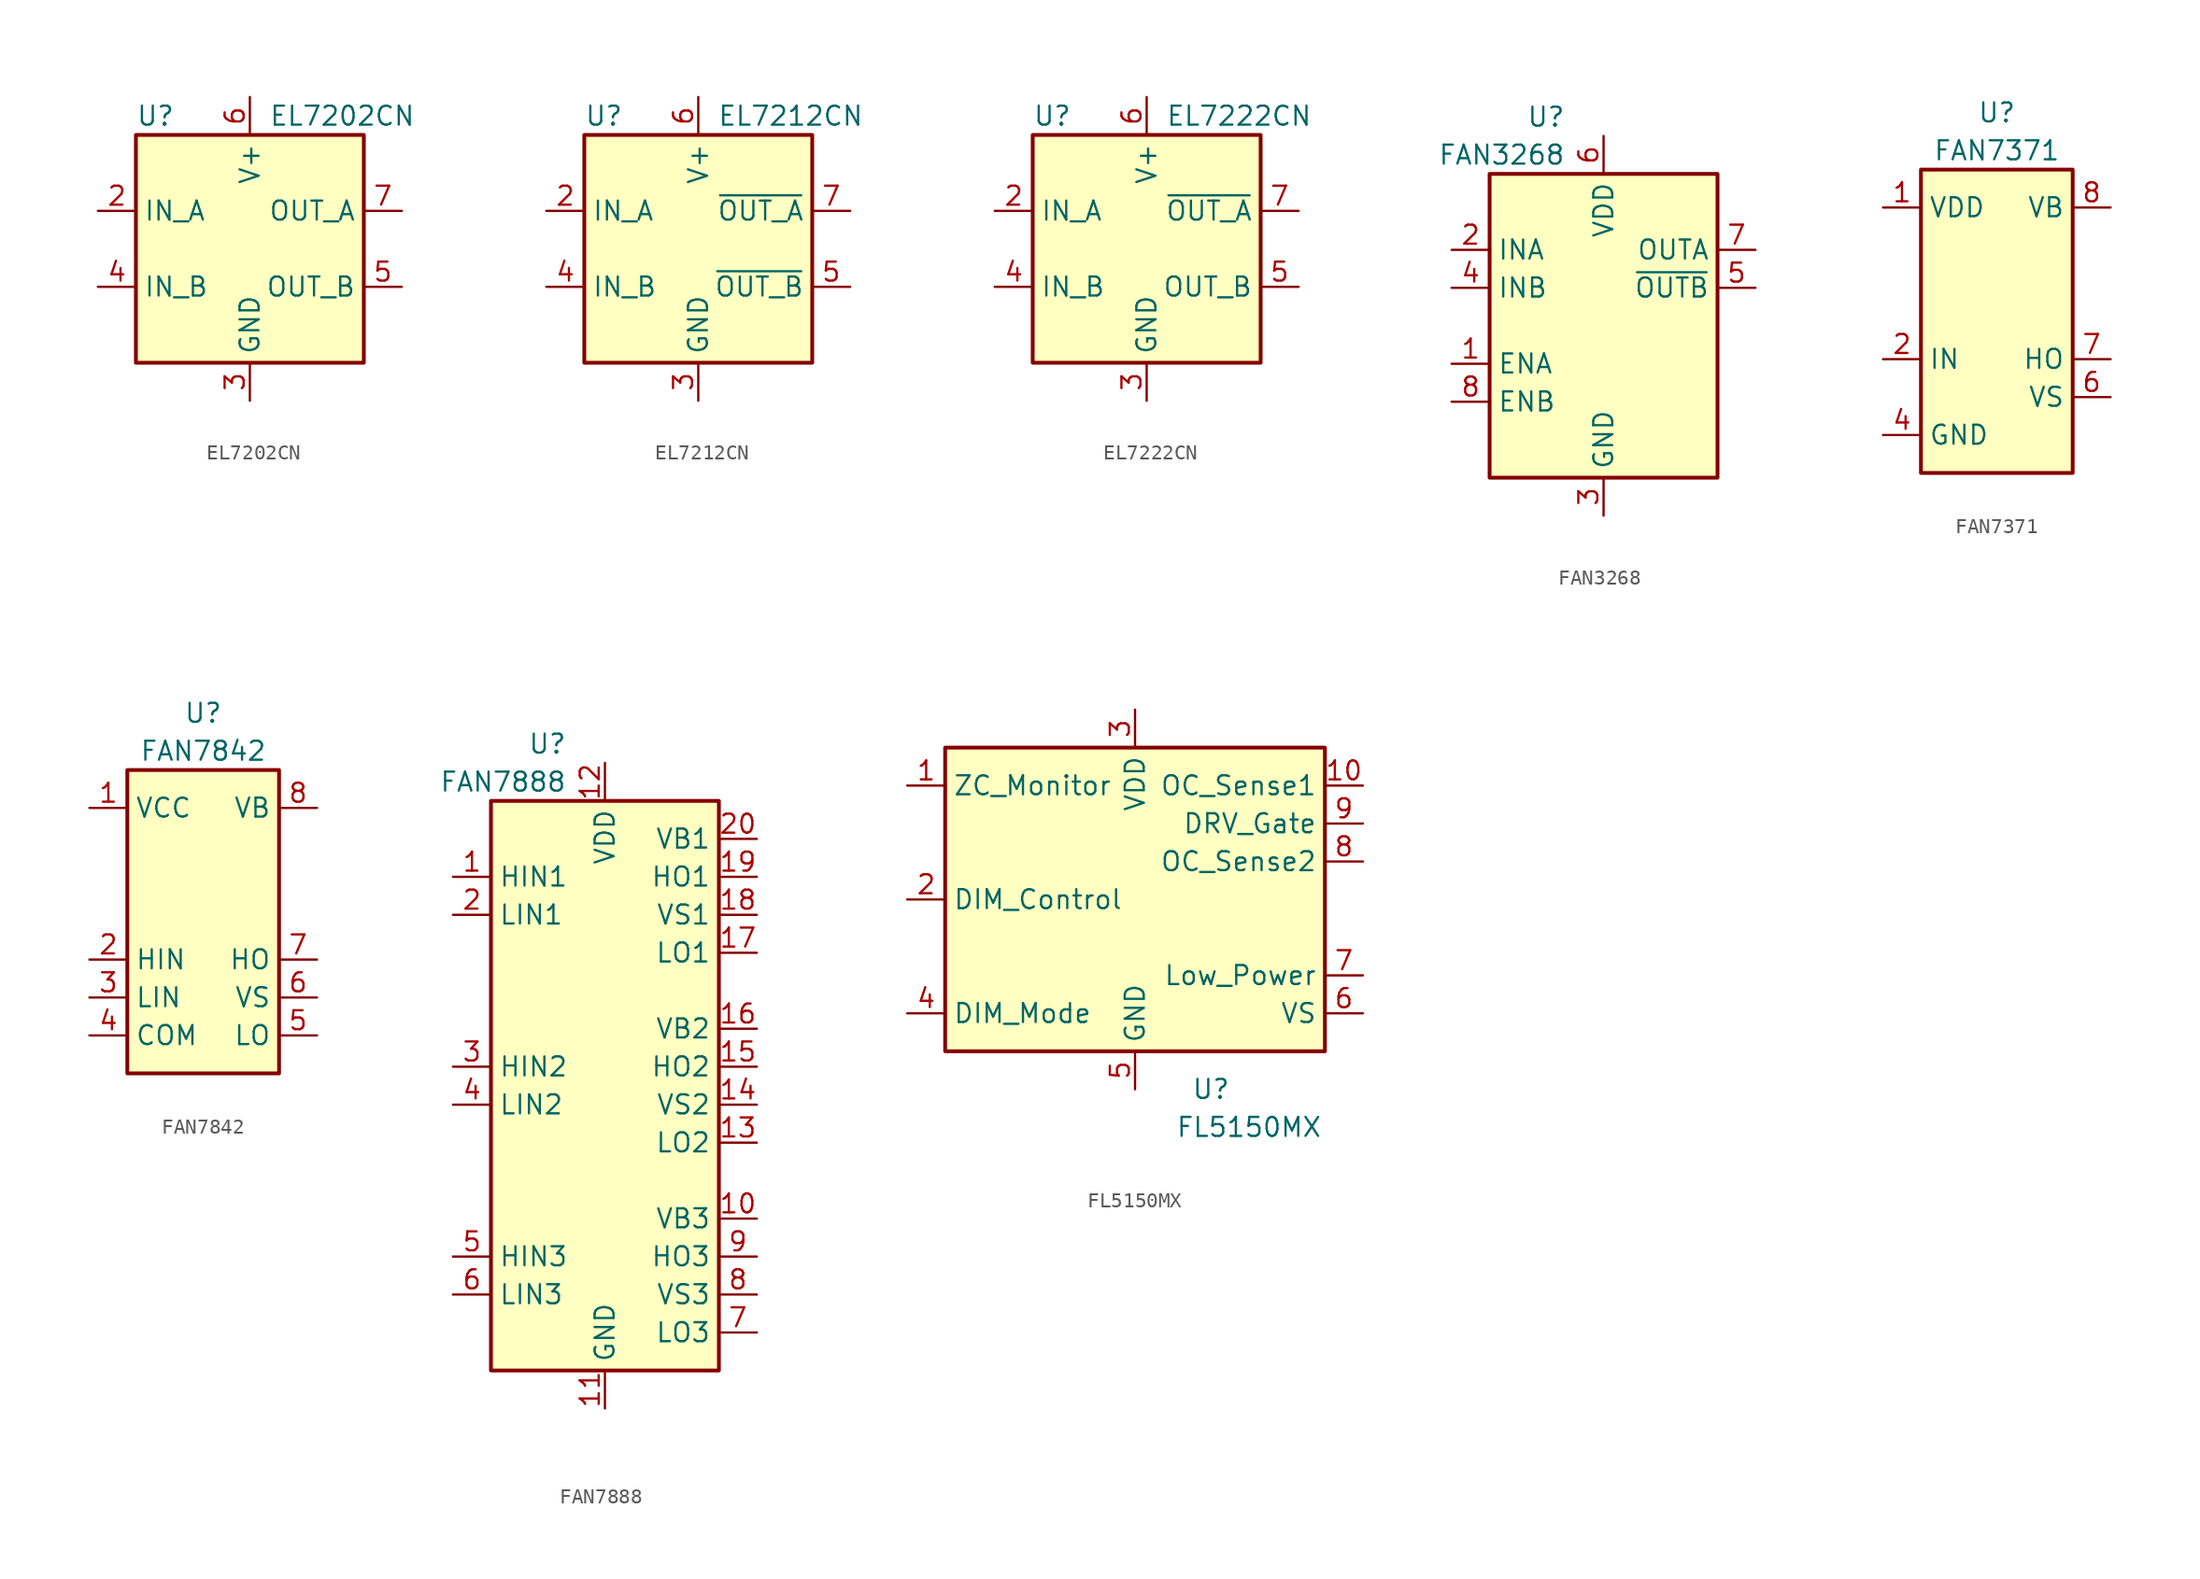
<source format=kicad_sym>
(kicad_symbol_lib
  (version 20241209)
  (generator "kicad_symbol_editor")
  (generator_version "9.0")
  (symbol "EL7202CN"
    (property "Reference" "U"
      (at -7.62 8.89 0)
      (effects (font (size 1.27 1.27)) (justify left)))
    (property "Value" "EL7202CN"
      (at 1.27 8.89 0)
      (effects (font (size 1.27 1.27)) (justify left)))
    (symbol "EL7202CN_0_1"
      (rectangle (start -7.62 -7.62) (end 7.62 7.62) (stroke (width 0.254) (type default)) (fill (type background))))
    (symbol "EL7202CN_1_1"
      (pin input line (at -10.16 2.54 0) (length 2.54) (name "IN_A" (effects (font (size 1.27 1.27)))) (number "2" (effects (font (size 1.27 1.27)))))
      (pin input line (at -10.16 -2.54 0) (length 2.54) (name "IN_B" (effects (font (size 1.27 1.27)))) (number "4" (effects (font (size 1.27 1.27)))))
      (pin no_connect line (at -7.62 0 0) (length 2.54) (hide yes) (name "NC" (effects (font (size 1.27 1.27)))) (number "1" (effects (font (size 1.27 1.27)))))
      (pin power_in line (at 0 10.16 270) (length 2.54) (name "V+" (effects (font (size 1.27 1.27)))) (number "6" (effects (font (size 1.27 1.27)))))
      (pin power_in line (at 0 -10.16 90) (length 2.54) (name "GND" (effects (font (size 1.27 1.27)))) (number "3" (effects (font (size 1.27 1.27)))))
      (pin no_connect line (at 7.62 0 180) (length 2.54) (hide yes) (name "NC" (effects (font (size 1.27 1.27)))) (number "8" (effects (font (size 1.27 1.27)))))
      (pin output line (at 10.16 2.54 180) (length 2.54) (name "OUT_A" (effects (font (size 1.27 1.27)))) (number "7" (effects (font (size 1.27 1.27)))))
      (pin output line (at 10.16 -2.54 180) (length 2.54) (name "OUT_B" (effects (font (size 1.27 1.27)))) (number "5" (effects (font (size 1.27 1.27)))))))
  (symbol "EL7212CN"
    (property "Reference" "U"
      (at -7.62 8.89 0)
      (effects (font (size 1.27 1.27)) (justify left)))
    (property "Value" "EL7212CN"
      (at 1.27 8.89 0)
      (effects (font (size 1.27 1.27)) (justify left)))
    (symbol "EL7212CN_0_1"
      (rectangle (start -7.62 -7.62) (end 7.62 7.62) (stroke (width 0.254) (type default)) (fill (type background))))
    (symbol "EL7212CN_1_1"
      (pin input line (at -10.16 2.54 0) (length 2.54) (name "IN_A" (effects (font (size 1.27 1.27)))) (number "2" (effects (font (size 1.27 1.27)))))
      (pin input line (at -10.16 -2.54 0) (length 2.54) (name "IN_B" (effects (font (size 1.27 1.27)))) (number "4" (effects (font (size 1.27 1.27)))))
      (pin no_connect line (at -7.62 0 0) (length 2.54) (hide yes) (name "NC" (effects (font (size 1.27 1.27)))) (number "1" (effects (font (size 1.27 1.27)))))
      (pin power_in line (at 0 10.16 270) (length 2.54) (name "V+" (effects (font (size 1.27 1.27)))) (number "6" (effects (font (size 1.27 1.27)))))
      (pin power_in line (at 0 -10.16 90) (length 2.54) (name "GND" (effects (font (size 1.27 1.27)))) (number "3" (effects (font (size 1.27 1.27)))))
      (pin no_connect line (at 7.62 0 180) (length 2.54) (hide yes) (name "NC" (effects (font (size 1.27 1.27)))) (number "8" (effects (font (size 1.27 1.27)))))
      (pin output line (at 10.16 2.54 180) (length 2.54) (name "~{OUT_A}" (effects (font (size 1.27 1.27)))) (number "7" (effects (font (size 1.27 1.27)))))
      (pin output line (at 10.16 -2.54 180) (length 2.54) (name "~{OUT_B}" (effects (font (size 1.27 1.27)))) (number "5" (effects (font (size 1.27 1.27)))))))
  (symbol "EL7222CN"
    (property "Reference" "U"
      (at -7.62 8.89 0)
      (effects (font (size 1.27 1.27)) (justify left)))
    (property "Value" "EL7222CN"
      (at 1.27 8.89 0)
      (effects (font (size 1.27 1.27)) (justify left)))
    (symbol "EL7222CN_0_1"
      (rectangle (start -7.62 -7.62) (end 7.62 7.62) (stroke (width 0.254) (type default)) (fill (type background))))
    (symbol "EL7222CN_1_1"
      (pin input line (at -10.16 2.54 0) (length 2.54) (name "IN_A" (effects (font (size 1.27 1.27)))) (number "2" (effects (font (size 1.27 1.27)))))
      (pin input line (at -10.16 -2.54 0) (length 2.54) (name "IN_B" (effects (font (size 1.27 1.27)))) (number "4" (effects (font (size 1.27 1.27)))))
      (pin no_connect line (at -7.62 0 0) (length 2.54) (hide yes) (name "NC" (effects (font (size 1.27 1.27)))) (number "1" (effects (font (size 1.27 1.27)))))
      (pin power_in line (at 0 10.16 270) (length 2.54) (name "V+" (effects (font (size 1.27 1.27)))) (number "6" (effects (font (size 1.27 1.27)))))
      (pin power_in line (at 0 -10.16 90) (length 2.54) (name "GND" (effects (font (size 1.27 1.27)))) (number "3" (effects (font (size 1.27 1.27)))))
      (pin no_connect line (at 7.62 0 180) (length 2.54) (hide yes) (name "NC" (effects (font (size 1.27 1.27)))) (number "8" (effects (font (size 1.27 1.27)))))
      (pin output line (at 10.16 2.54 180) (length 2.54) (name "~{OUT_A}" (effects (font (size 1.27 1.27)))) (number "7" (effects (font (size 1.27 1.27)))))
      (pin output line (at 10.16 -2.54 180) (length 2.54) (name "OUT_B" (effects (font (size 1.27 1.27)))) (number "5" (effects (font (size 1.27 1.27)))))))
  (symbol "FAN3268"
    (property "Reference" "U"
      (at -2.54 13.97 0)
      (effects (font (size 1.27 1.27)) (justify right)))
    (property "Value" "FAN3268"
      (at -2.54 11.43 0)
      (effects (font (size 1.27 1.27)) (justify right)))
    (symbol "FAN3268_0_1"
      (rectangle (start -7.62 10.16) (end 7.62 -10.16) (stroke (width 0.254) (type default)) (fill (type background))))
    (symbol "FAN3268_1_1"
      (pin input line (at -10.16 5.08 0) (length 2.54) (name "INA" (effects (font (size 1.27 1.27)))) (number "2" (effects (font (size 1.27 1.27)))))
      (pin input line (at -10.16 2.54 0) (length 2.54) (name "INB" (effects (font (size 1.27 1.27)))) (number "4" (effects (font (size 1.27 1.27)))))
      (pin input line (at -10.16 -2.54 0) (length 2.54) (name "ENA" (effects (font (size 1.27 1.27)))) (number "1" (effects (font (size 1.27 1.27)))))
      (pin input line (at -10.16 -5.08 0) (length 2.54) (name "ENB" (effects (font (size 1.27 1.27)))) (number "8" (effects (font (size 1.27 1.27)))))
      (pin power_in line (at 0 12.7 270) (length 2.54) (name "VDD" (effects (font (size 1.27 1.27)))) (number "6" (effects (font (size 1.27 1.27)))))
      (pin power_in line (at 0 -12.7 90) (length 2.54) (name "GND" (effects (font (size 1.27 1.27)))) (number "3" (effects (font (size 1.27 1.27)))))
      (pin output line (at 10.16 5.08 180) (length 2.54) (name "OUTA" (effects (font (size 1.27 1.27)))) (number "7" (effects (font (size 1.27 1.27)))))
      (pin output line (at 10.16 2.54 180) (length 2.54) (name "~{OUTB}" (effects (font (size 1.27 1.27)))) (number "5" (effects (font (size 1.27 1.27)))))))
  (symbol "FAN7371"
    (property "Reference" "U"
      (at 0 13.97 0)
      (effects (font (size 1.27 1.27))))
    (property "Value" "FAN7371"
      (at 0 11.43 0)
      (effects (font (size 1.27 1.27))))
    (symbol "FAN7371_0_1"
      (rectangle (start -5.08 10.16) (end 5.08 -10.16) (stroke (width 0.254) (type default)) (fill (type background))))
    (symbol "FAN7371_1_1"
      (pin power_in line (at -7.62 7.62 0) (length 2.54) (name "VDD" (effects (font (size 1.27 1.27)))) (number "1" (effects (font (size 1.27 1.27)))))
      (pin input line (at -7.62 -2.54 0) (length 2.54) (name "IN" (effects (font (size 1.27 1.27)))) (number "2" (effects (font (size 1.27 1.27)))))
      (pin power_in line (at -7.62 -7.62 0) (length 2.54) (name "GND" (effects (font (size 1.27 1.27)))) (number "4" (effects (font (size 1.27 1.27)))))
      (pin no_connect line (at -5.08 -5.08 0) (length 2.54) (hide yes) (name "NC" (effects (font (size 1.27 1.27)))) (number "3" (effects (font (size 1.27 1.27)))))
      (pin no_connect line (at 5.08 -7.62 180) (length 2.54) (hide yes) (name "NC" (effects (font (size 1.27 1.27)))) (number "5" (effects (font (size 1.27 1.27)))))
      (pin passive line (at 7.62 7.62 180) (length 2.54) (name "VB" (effects (font (size 1.27 1.27)))) (number "8" (effects (font (size 1.27 1.27)))))
      (pin output line (at 7.62 -2.54 180) (length 2.54) (name "HO" (effects (font (size 1.27 1.27)))) (number "7" (effects (font (size 1.27 1.27)))))
      (pin passive line (at 7.62 -5.08 180) (length 2.54) (name "VS" (effects (font (size 1.27 1.27)))) (number "6" (effects (font (size 1.27 1.27)))))))
  (symbol "FAN7842"
    (property "Reference" "U"
      (at 0 13.97 0)
      (effects (font (size 1.27 1.27))))
    (property "Value" "FAN7842"
      (at 0 11.43 0)
      (effects (font (size 1.27 1.27))))
    (symbol "FAN7842_0_1"
      (rectangle (start -5.08 10.16) (end 5.08 -10.16) (stroke (width 0.254) (type default)) (fill (type background))))
    (symbol "FAN7842_1_1"
      (pin power_in line (at -7.62 7.62 0) (length 2.54) (name "VCC" (effects (font (size 1.27 1.27)))) (number "1" (effects (font (size 1.27 1.27)))))
      (pin input line (at -7.62 -2.54 0) (length 2.54) (name "HIN" (effects (font (size 1.27 1.27)))) (number "2" (effects (font (size 1.27 1.27)))))
      (pin input line (at -7.62 -5.08 0) (length 2.54) (name "LIN" (effects (font (size 1.27 1.27)))) (number "3" (effects (font (size 1.27 1.27)))))
      (pin power_in line (at -7.62 -7.62 0) (length 2.54) (name "COM" (effects (font (size 1.27 1.27)))) (number "4" (effects (font (size 1.27 1.27)))))
      (pin passive line (at 7.62 7.62 180) (length 2.54) (name "VB" (effects (font (size 1.27 1.27)))) (number "8" (effects (font (size 1.27 1.27)))))
      (pin output line (at 7.62 -2.54 180) (length 2.54) (name "HO" (effects (font (size 1.27 1.27)))) (number "7" (effects (font (size 1.27 1.27)))))
      (pin passive line (at 7.62 -5.08 180) (length 2.54) (name "VS" (effects (font (size 1.27 1.27)))) (number "6" (effects (font (size 1.27 1.27)))))
      (pin output line (at 7.62 -7.62 180) (length 2.54) (name "LO" (effects (font (size 1.27 1.27)))) (number "5" (effects (font (size 1.27 1.27)))))))
  (symbol "FAN7888"
    (property "Reference" "U"
      (at -2.54 24.13 0)
      (effects (font (size 1.27 1.27)) (justify right)))
    (property "Value" "FAN7888"
      (at -2.54 21.59 0)
      (effects (font (size 1.27 1.27)) (justify right)))
    (symbol "FAN7888_0_1"
      (rectangle (start -7.62 20.32) (end 7.62 -17.78) (stroke (width 0.254) (type default)) (fill (type background))))
    (symbol "FAN7888_1_1"
      (pin input line (at -10.16 15.24 0) (length 2.54) (name "HIN1" (effects (font (size 1.27 1.27)))) (number "1" (effects (font (size 1.27 1.27)))))
      (pin input line (at -10.16 12.7 0) (length 2.54) (name "LIN1" (effects (font (size 1.27 1.27)))) (number "2" (effects (font (size 1.27 1.27)))))
      (pin input line (at -10.16 2.54 0) (length 2.54) (name "HIN2" (effects (font (size 1.27 1.27)))) (number "3" (effects (font (size 1.27 1.27)))))
      (pin input line (at -10.16 0 0) (length 2.54) (name "LIN2" (effects (font (size 1.27 1.27)))) (number "4" (effects (font (size 1.27 1.27)))))
      (pin input line (at -10.16 -10.16 0) (length 2.54) (name "HIN3" (effects (font (size 1.27 1.27)))) (number "5" (effects (font (size 1.27 1.27)))))
      (pin input line (at -10.16 -12.7 0) (length 2.54) (name "LIN3" (effects (font (size 1.27 1.27)))) (number "6" (effects (font (size 1.27 1.27)))))
      (pin power_in line (at 0 22.86 270) (length 2.54) (name "VDD" (effects (font (size 1.27 1.27)))) (number "12" (effects (font (size 1.27 1.27)))))
      (pin power_in line (at 0 -20.32 90) (length 2.54) (name "GND" (effects (font (size 1.27 1.27)))) (number "11" (effects (font (size 1.27 1.27)))))
      (pin passive line (at 10.16 17.78 180) (length 2.54) (name "VB1" (effects (font (size 1.27 1.27)))) (number "20" (effects (font (size 1.27 1.27)))))
      (pin output line (at 10.16 15.24 180) (length 2.54) (name "HO1" (effects (font (size 1.27 1.27)))) (number "19" (effects (font (size 1.27 1.27)))))
      (pin passive line (at 10.16 12.7 180) (length 2.54) (name "VS1" (effects (font (size 1.27 1.27)))) (number "18" (effects (font (size 1.27 1.27)))))
      (pin output line (at 10.16 10.16 180) (length 2.54) (name "LO1" (effects (font (size 1.27 1.27)))) (number "17" (effects (font (size 1.27 1.27)))))
      (pin passive line (at 10.16 5.08 180) (length 2.54) (name "VB2" (effects (font (size 1.27 1.27)))) (number "16" (effects (font (size 1.27 1.27)))))
      (pin output line (at 10.16 2.54 180) (length 2.54) (name "HO2" (effects (font (size 1.27 1.27)))) (number "15" (effects (font (size 1.27 1.27)))))
      (pin passive line (at 10.16 0 180) (length 2.54) (name "VS2" (effects (font (size 1.27 1.27)))) (number "14" (effects (font (size 1.27 1.27)))))
      (pin output line (at 10.16 -2.54 180) (length 2.54) (name "LO2" (effects (font (size 1.27 1.27)))) (number "13" (effects (font (size 1.27 1.27)))))
      (pin passive line (at 10.16 -7.62 180) (length 2.54) (name "VB3" (effects (font (size 1.27 1.27)))) (number "10" (effects (font (size 1.27 1.27)))))
      (pin output line (at 10.16 -10.16 180) (length 2.54) (name "HO3" (effects (font (size 1.27 1.27)))) (number "9" (effects (font (size 1.27 1.27)))))
      (pin passive line (at 10.16 -12.7 180) (length 2.54) (name "VS3" (effects (font (size 1.27 1.27)))) (number "8" (effects (font (size 1.27 1.27)))))
      (pin output line (at 10.16 -15.24 180) (length 2.54) (name "LO3" (effects (font (size 1.27 1.27)))) (number "7" (effects (font (size 1.27 1.27)))))))
  (symbol "FL5150MX"
    (property "Reference" "U"
      (at 5.08 -12.7 0)
      (effects (font (size 1.27 1.27))))
    (property "Value" "FL5150MX"
      (at 7.62 -15.24 0)
      (effects (font (size 1.27 1.27))))
    (symbol "FL5150MX_0_1"
      (rectangle (start -12.7 10.16) (end 12.7 -10.16) (stroke (width 0.254) (type default)) (fill (type background))))
    (symbol "FL5150MX_1_1"
      (pin input line (at -15.24 7.62 0) (length 2.54) (name "ZC_Monitor" (effects (font (size 1.27 1.27)))) (number "1" (effects (font (size 1.27 1.27)))))
      (pin input line (at -15.24 0 0) (length 2.54) (name "DIM_Control" (effects (font (size 1.27 1.27)))) (number "2" (effects (font (size 1.27 1.27)))))
      (pin input line (at -15.24 -7.62 0) (length 2.54) (name "DIM_Mode" (effects (font (size 1.27 1.27)))) (number "4" (effects (font (size 1.27 1.27)))))
      (pin power_out line (at 0 12.7 270) (length 2.54) (name "VDD" (effects (font (size 1.27 1.27)))) (number "3" (effects (font (size 1.27 1.27)))))
      (pin power_out line (at 0 -12.7 90) (length 2.54) (name "GND" (effects (font (size 1.27 1.27)))) (number "5" (effects (font (size 1.27 1.27)))))
      (pin input line (at 15.24 7.62 180) (length 2.54) (name "OC_Sense1" (effects (font (size 1.27 1.27)))) (number "10" (effects (font (size 1.27 1.27)))))
      (pin output line (at 15.24 5.08 180) (length 2.54) (name "DRV_Gate" (effects (font (size 1.27 1.27)))) (number "9" (effects (font (size 1.27 1.27)))))
      (pin input line (at 15.24 2.54 180) (length 2.54) (name "OC_Sense2" (effects (font (size 1.27 1.27)))) (number "8" (effects (font (size 1.27 1.27)))))
      (pin input line (at 15.24 -5.08 180) (length 2.54) (name "Low_Power" (effects (font (size 1.27 1.27)))) (number "7" (effects (font (size 1.27 1.27)))))
      (pin power_in line (at 15.24 -7.62 180) (length 2.54) (name "VS" (effects (font (size 1.27 1.27)))) (number "6" (effects (font (size 1.27 1.27))))))))
</source>
